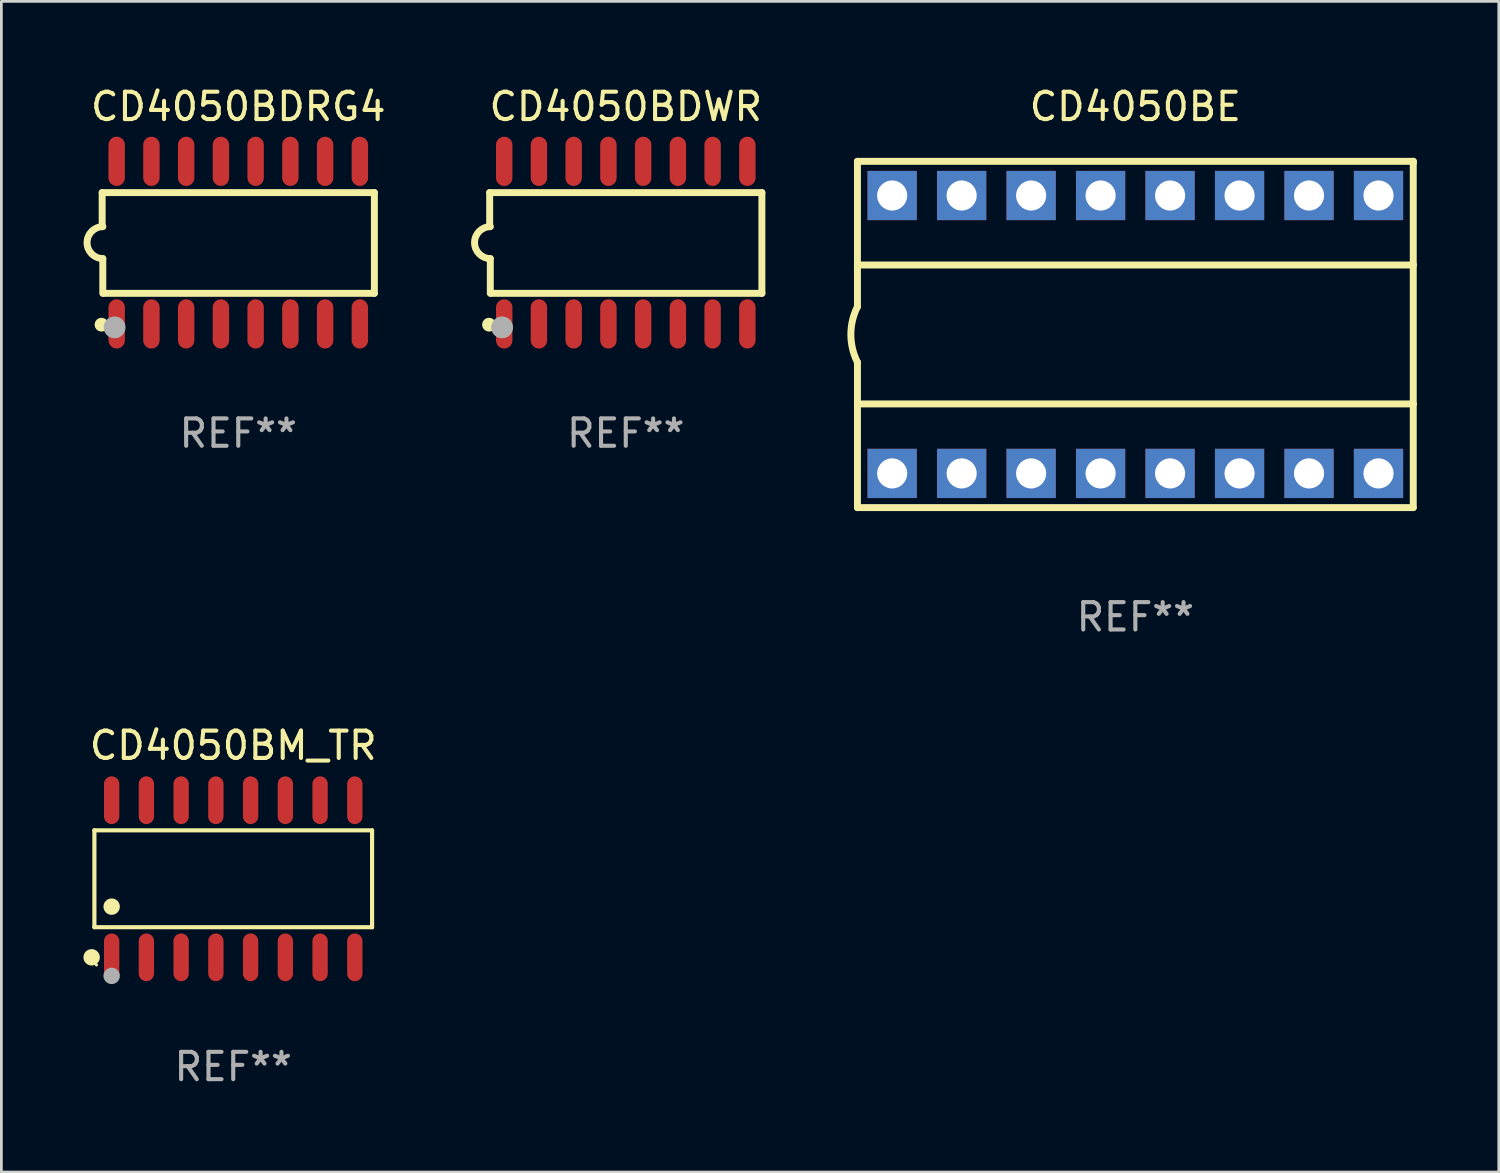
<source format=kicad_pcb>
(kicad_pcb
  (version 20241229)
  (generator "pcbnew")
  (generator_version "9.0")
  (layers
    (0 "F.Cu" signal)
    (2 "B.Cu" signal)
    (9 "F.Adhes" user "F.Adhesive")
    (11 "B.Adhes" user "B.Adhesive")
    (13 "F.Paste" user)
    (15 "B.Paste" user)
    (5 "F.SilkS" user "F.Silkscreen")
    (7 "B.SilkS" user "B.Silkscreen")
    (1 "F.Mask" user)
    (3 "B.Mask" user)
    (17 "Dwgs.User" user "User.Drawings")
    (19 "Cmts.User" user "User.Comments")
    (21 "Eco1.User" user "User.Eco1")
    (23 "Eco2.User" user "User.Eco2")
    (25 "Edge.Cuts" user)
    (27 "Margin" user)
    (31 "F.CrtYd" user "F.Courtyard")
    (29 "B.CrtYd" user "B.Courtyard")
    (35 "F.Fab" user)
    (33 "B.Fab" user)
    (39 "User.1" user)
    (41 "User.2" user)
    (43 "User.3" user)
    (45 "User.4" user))
  (footprint "CD4050BE"
    (layer "F.Cu")
    (at 38.457 9.178)
    (property "Reference" "CD4050BE" (at 0 -8.33 0) (layer "F.SilkS") (effects (font (size 1 1) (thickness 0.15))))
    (attr through_hole)
    (fp_line (start -10.16 -6.33) (end -10.16 -2.54) (stroke (width 0.254) (type solid)) (layer "F.SilkS"))
    (fp_line (start -10.16 -6.33) (end 10.16 -6.33) (stroke (width 0.254) (type solid)) (layer "F.SilkS"))
    (fp_line (start -10.16 -2.54) (end -10.16 -1.016) (stroke (width 0.254) (type solid)) (layer "F.SilkS"))
    (fp_line (start -10.16 -2.54) (end 10.16 -2.54) (stroke (width 0.254) (type solid)) (layer "F.SilkS"))
    (fp_line (start -10.16 2.54) (end -10.16 1.016) (stroke (width 0.254) (type solid)) (layer "F.SilkS"))
    (fp_line (start -10.16 2.54) (end 10.16 2.54) (stroke (width 0.254) (type solid)) (layer "F.SilkS"))
    (fp_line (start -10.16 6.33) (end -10.16 2.54) (stroke (width 0.254) (type solid)) (layer "F.SilkS"))
    (fp_line (start -10.16 6.33) (end 10.16 6.33) (stroke (width 0.254) (type solid)) (layer "F.SilkS"))
    (fp_line (start 10.16 -6.33) (end 10.16 -6.267) (stroke (width 0.254) (type solid)) (layer "F.SilkS"))
    (fp_line (start 10.16 -6.33) (end 10.16 -2.54) (stroke (width 0.254) (type solid)) (layer "F.SilkS"))
    (fp_line (start 10.16 -2.54) (end 10.16 2.54) (stroke (width 0.254) (type solid)) (layer "F.SilkS"))
    (fp_line (start 10.16 2.54) (end 10.16 6.33) (stroke (width 0.254) (type solid)) (layer "F.SilkS"))
    (fp_arc (start -10.16 1.016) (mid -10.399845 0) (end -10.16 -1.016) (stroke (width 0.254001) (type solid)) (layer "F.SilkS"))
    (fp_text user "REF**" (at 0 10.33 0) (layer "F.Fab") (effects (font (size 1 1) (thickness 0.15))))
    (pad "1" thru_hole rect (at -8.89 5.08) (size 1.8 1.8) (drill 1.1) (layers "*.Cu" "*.Mask"))
    (pad "2" thru_hole rect (at -6.35 5.08) (size 1.8 1.8) (drill 1.1) (layers "*.Cu" "*.Mask"))
    (pad "3" thru_hole rect (at -3.81 5.08) (size 1.8 1.8) (drill 1.1) (layers "*.Cu" "*.Mask"))
    (pad "4" thru_hole rect (at -1.27 5.08) (size 1.8 1.8) (drill 1.1) (layers "*.Cu" "*.Mask"))
    (pad "5" thru_hole rect (at 1.27 5.08) (size 1.8 1.8) (drill 1.1) (layers "*.Cu" "*.Mask"))
    (pad "6" thru_hole rect (at 3.81 5.08) (size 1.8 1.8) (drill 1.1) (layers "*.Cu" "*.Mask"))
    (pad "7" thru_hole rect (at 6.35 5.08) (size 1.8 1.8) (drill 1.1) (layers "*.Cu" "*.Mask"))
    (pad "8" thru_hole rect (at 8.89 5.08) (size 1.8 1.8) (drill 1.1) (layers "*.Cu" "*.Mask"))
    (pad "9" thru_hole rect (at 8.89 -5.08) (size 1.8 1.8) (drill 1.1) (layers "*.Cu" "*.Mask"))
    (pad "10" thru_hole rect (at 6.35 -5.08) (size 1.8 1.8) (drill 1.1) (layers "*.Cu" "*.Mask"))
    (pad "11" thru_hole rect (at 3.81 -5.08) (size 1.8 1.8) (drill 1.1) (layers "*.Cu" "*.Mask"))
    (pad "12" thru_hole rect (at 1.27 -5.08) (size 1.8 1.8) (drill 1.1) (layers "*.Cu" "*.Mask"))
    (pad "13" thru_hole rect (at -1.27 -5.08) (size 1.8 1.8) (drill 1.1) (layers "*.Cu" "*.Mask"))
    (pad "14" thru_hole rect (at -3.81 -5.08) (size 1.8 1.8) (drill 1.1) (layers "*.Cu" "*.Mask"))
    (pad "15" thru_hole rect (at -6.35 -5.08) (size 1.8 1.8) (drill 1.1) (layers "*.Cu" "*.Mask"))
    (pad "16" thru_hole rect (at -8.89 -5.08) (size 1.8 1.8) (drill 1.1) (layers "*.Cu" "*.Mask")))
  (footprint "CD4050BDWR"
    (layer "F.Cu")
    (at 19.828 5.82)
    (property "Reference" "CD4050BDWR" (at 0 -4.972 0) (layer "F.SilkS") (effects (font (size 1 1) (thickness 0.15))))
    (attr through_hole)
    (fp_line (start -4.976 -1.829) (end -4.976 -0.584) (stroke (width 0.254) (type solid)) (layer "F.SilkS"))
    (fp_line (start -4.953 0.584) (end -4.953 1.854) (stroke (width 0.254) (type solid)) (layer "F.SilkS"))
    (fp_line (start -4.928 1.854) (end 4.976 1.854) (stroke (width 0.254) (type solid)) (layer "F.SilkS"))
    (fp_line (start 4.976 -1.829) (end -4.976 -1.829) (stroke (width 0.254) (type solid)) (layer "F.SilkS"))
    (fp_line (start 4.976 1.854) (end 4.976 -1.829) (stroke (width 0.254) (type solid)) (layer "F.SilkS"))
    (fp_arc (start -4.95301 0.584201) (mid -5.533866 -0.00152) (end -4.950088 -0.584329) (stroke (width 0.254001) (type solid)) (layer "F.SilkS"))
    (fp_circle (center -5 3) (end -4.873 3) (stroke (width 0.254) (type solid)) (fill no) (layer "F.SilkS"))
    (fp_circle (center -4.521 3.099) (end -4.321 3.099) (stroke (width 0.4) (type solid)) (fill no) (layer "F.Fab"))
    (fp_text user "REF**" (at 0 6.972 0) (layer "F.Fab") (effects (font (size 1 1) (thickness 0.15))))
    (pad "1" smd oval (at -4.445 2.972 180) (size 0.6 1.8) (layers "F.Cu" "F.Mask" "F.Paste"))
    (pad "2" smd oval (at -3.175 2.972 180) (size 0.6 1.8) (layers "F.Cu" "F.Mask" "F.Paste"))
    (pad "3" smd oval (at -1.905 2.972 180) (size 0.6 1.8) (layers "F.Cu" "F.Mask" "F.Paste"))
    (pad "4" smd oval (at -0.635 2.972 180) (size 0.6 1.8) (layers "F.Cu" "F.Mask" "F.Paste"))
    (pad "5" smd oval (at 0.635 2.972 180) (size 0.6 1.8) (layers "F.Cu" "F.Mask" "F.Paste"))
    (pad "6" smd oval (at 1.905 2.972 180) (size 0.6 1.8) (layers "F.Cu" "F.Mask" "F.Paste"))
    (pad "7" smd oval (at 3.175 2.972 180) (size 0.6 1.8) (layers "F.Cu" "F.Mask" "F.Paste"))
    (pad "8" smd oval (at 4.445 2.972 180) (size 0.6 1.8) (layers "F.Cu" "F.Mask" "F.Paste"))
    (pad "9" smd oval (at 4.445 -2.972 180) (size 0.6 1.8) (layers "F.Cu" "F.Mask" "F.Paste"))
    (pad "10" smd oval (at 3.175 -2.972 180) (size 0.6 1.8) (layers "F.Cu" "F.Mask" "F.Paste"))
    (pad "11" smd oval (at 1.905 -2.972 180) (size 0.6 1.8) (layers "F.Cu" "F.Mask" "F.Paste"))
    (pad "12" smd oval (at 0.635 -2.972 180) (size 0.6 1.8) (layers "F.Cu" "F.Mask" "F.Paste"))
    (pad "13" smd oval (at -0.635 -2.972 180) (size 0.6 1.8) (layers "F.Cu" "F.Mask" "F.Paste"))
    (pad "14" smd oval (at -1.905 -2.972 180) (size 0.6 1.8) (layers "F.Cu" "F.Mask" "F.Paste"))
    (pad "15" smd oval (at -3.175 -2.972 180) (size 0.6 1.8) (layers "F.Cu" "F.Mask" "F.Paste"))
    (pad "16" smd oval (at -4.445 -2.972 180) (size 0.6 1.8) (layers "F.Cu" "F.Mask" "F.Paste")))
  (footprint "CD4050BDRG4"
    (layer "F.Cu")
    (at 5.661 5.82)
    (property "Reference" "CD4050BDRG4" (at 0 -4.972 0) (layer "F.SilkS") (effects (font (size 1 1) (thickness 0.15))))
    (attr through_hole)
    (fp_line (start -4.976 -1.829) (end -4.976 -0.584) (stroke (width 0.254) (type solid)) (layer "F.SilkS"))
    (fp_line (start -4.953 0.584) (end -4.953 1.854) (stroke (width 0.254) (type solid)) (layer "F.SilkS"))
    (fp_line (start -4.928 1.854) (end 4.976 1.854) (stroke (width 0.254) (type solid)) (layer "F.SilkS"))
    (fp_line (start 4.976 -1.829) (end -4.976 -1.829) (stroke (width 0.254) (type solid)) (layer "F.SilkS"))
    (fp_line (start 4.976 1.854) (end 4.976 -1.829) (stroke (width 0.254) (type solid)) (layer "F.SilkS"))
    (fp_arc (start -4.95301 0.584201) (mid -5.533866 -0.00152) (end -4.950088 -0.584329) (stroke (width 0.254001) (type solid)) (layer "F.SilkS"))
    (fp_circle (center -5 3) (end -4.873 3) (stroke (width 0.254) (type solid)) (fill no) (layer "F.SilkS"))
    (fp_circle (center -4.521 3.099) (end -4.321 3.099) (stroke (width 0.4) (type solid)) (fill no) (layer "F.Fab"))
    (fp_text user "REF**" (at 0 6.972 0) (layer "F.Fab") (effects (font (size 1 1) (thickness 0.15))))
    (pad "1" smd oval (at -4.445 2.972 180) (size 0.6 1.8) (layers "F.Cu" "F.Mask" "F.Paste"))
    (pad "2" smd oval (at -3.175 2.972 180) (size 0.6 1.8) (layers "F.Cu" "F.Mask" "F.Paste"))
    (pad "3" smd oval (at -1.905 2.972 180) (size 0.6 1.8) (layers "F.Cu" "F.Mask" "F.Paste"))
    (pad "4" smd oval (at -0.635 2.972 180) (size 0.6 1.8) (layers "F.Cu" "F.Mask" "F.Paste"))
    (pad "5" smd oval (at 0.635 2.972 180) (size 0.6 1.8) (layers "F.Cu" "F.Mask" "F.Paste"))
    (pad "6" smd oval (at 1.905 2.972 180) (size 0.6 1.8) (layers "F.Cu" "F.Mask" "F.Paste"))
    (pad "7" smd oval (at 3.175 2.972 180) (size 0.6 1.8) (layers "F.Cu" "F.Mask" "F.Paste"))
    (pad "8" smd oval (at 4.445 2.972 180) (size 0.6 1.8) (layers "F.Cu" "F.Mask" "F.Paste"))
    (pad "9" smd oval (at 4.445 -2.972 180) (size 0.6 1.8) (layers "F.Cu" "F.Mask" "F.Paste"))
    (pad "10" smd oval (at 3.175 -2.972 180) (size 0.6 1.8) (layers "F.Cu" "F.Mask" "F.Paste"))
    (pad "11" smd oval (at 1.905 -2.972 180) (size 0.6 1.8) (layers "F.Cu" "F.Mask" "F.Paste"))
    (pad "12" smd oval (at 0.635 -2.972 180) (size 0.6 1.8) (layers "F.Cu" "F.Mask" "F.Paste"))
    (pad "13" smd oval (at -0.635 -2.972 180) (size 0.6 1.8) (layers "F.Cu" "F.Mask" "F.Paste"))
    (pad "14" smd oval (at -1.905 -2.972 180) (size 0.6 1.8) (layers "F.Cu" "F.Mask" "F.Paste"))
    (pad "15" smd oval (at -3.175 -2.972 180) (size 0.6 1.8) (layers "F.Cu" "F.Mask" "F.Paste"))
    (pad "16" smd oval (at -4.445 -2.972 180) (size 0.6 1.8) (layers "F.Cu" "F.Mask" "F.Paste")))
  (footprint "CD4050BM_TR"
    (layer "F.Cu")
    (at 5.477 29.077)
    (property "Reference" "CD4050BM_TR" (at 0 -4.872 0) (layer "F.SilkS") (effects (font (size 1 1) (thickness 0.15))))
    (attr through_hole)
    (fp_line (start -5.076 -1.771) (end 5.076 -1.771) (stroke (width 0.152) (type solid)) (layer "F.SilkS"))
    (fp_line (start -5.076 1.771) (end -5.076 -1.771) (stroke (width 0.152) (type solid)) (layer "F.SilkS"))
    (fp_line (start 5.076 -1.771) (end 5.076 1.771) (stroke (width 0.152) (type solid)) (layer "F.SilkS"))
    (fp_line (start 5.076 1.771) (end -5.076 1.771) (stroke (width 0.152) (type solid)) (layer "F.SilkS"))
    (fp_circle (center -5.177 2.872) (end -5.027 2.872) (stroke (width 0.3) (type solid)) (fill no) (layer "F.SilkS"))
    (fp_circle (center -5 3.15) (end -4.97 3.15) (stroke (width 0.06) (type solid)) (fill no) (layer "F.SilkS"))
    (fp_circle (center -4.445 1.019) (end -4.295 1.019) (stroke (width 0.3) (type solid)) (fill no) (layer "F.SilkS"))
    (fp_circle (center -4.445 3.55) (end -4.295 3.55) (stroke (width 0.3) (type solid)) (fill no) (layer "F.Fab"))
    (fp_text user "REF**" (at 0 6.872 0) (layer "F.Fab") (effects (font (size 1 1) (thickness 0.15))))
    (pad "1" smd oval (at -4.445 2.872) (size 0.56 1.745) (layers "F.Cu" "F.Mask" "F.Paste"))
    (pad "2" smd oval (at -3.175 2.872) (size 0.56 1.745) (layers "F.Cu" "F.Mask" "F.Paste"))
    (pad "3" smd oval (at -1.905 2.872) (size 0.56 1.745) (layers "F.Cu" "F.Mask" "F.Paste"))
    (pad "4" smd oval (at -0.635 2.872) (size 0.56 1.745) (layers "F.Cu" "F.Mask" "F.Paste"))
    (pad "5" smd oval (at 0.635 2.872) (size 0.56 1.745) (layers "F.Cu" "F.Mask" "F.Paste"))
    (pad "6" smd oval (at 1.905 2.872) (size 0.56 1.745) (layers "F.Cu" "F.Mask" "F.Paste"))
    (pad "7" smd oval (at 3.175 2.872) (size 0.56 1.745) (layers "F.Cu" "F.Mask" "F.Paste"))
    (pad "8" smd oval (at 4.445 2.872) (size 0.56 1.745) (layers "F.Cu" "F.Mask" "F.Paste"))
    (pad "9" smd oval (at 4.445 -2.872) (size 0.56 1.745) (layers "F.Cu" "F.Mask" "F.Paste"))
    (pad "10" smd oval (at 3.175 -2.872) (size 0.56 1.745) (layers "F.Cu" "F.Mask" "F.Paste"))
    (pad "11" smd oval (at 1.905 -2.872) (size 0.56 1.745) (layers "F.Cu" "F.Mask" "F.Paste"))
    (pad "12" smd oval (at 0.635 -2.872) (size 0.56 1.745) (layers "F.Cu" "F.Mask" "F.Paste"))
    (pad "13" smd oval (at -0.635 -2.872) (size 0.56 1.745) (layers "F.Cu" "F.Mask" "F.Paste"))
    (pad "14" smd oval (at -1.905 -2.872) (size 0.56 1.745) (layers "F.Cu" "F.Mask" "F.Paste"))
    (pad "15" smd oval (at -3.175 -2.872) (size 0.56 1.745) (layers "F.Cu" "F.Mask" "F.Paste"))
    (pad "16" smd oval (at -4.445 -2.872) (size 0.56 1.745) (layers "F.Cu" "F.Mask" "F.Paste")))
  (gr_rect
    (start -3 -3)
    (end 51.744 39.798)
    (stroke (width 0.1) (type default))
    (fill no)
    (layer "Edge.Cuts")))
</source>
